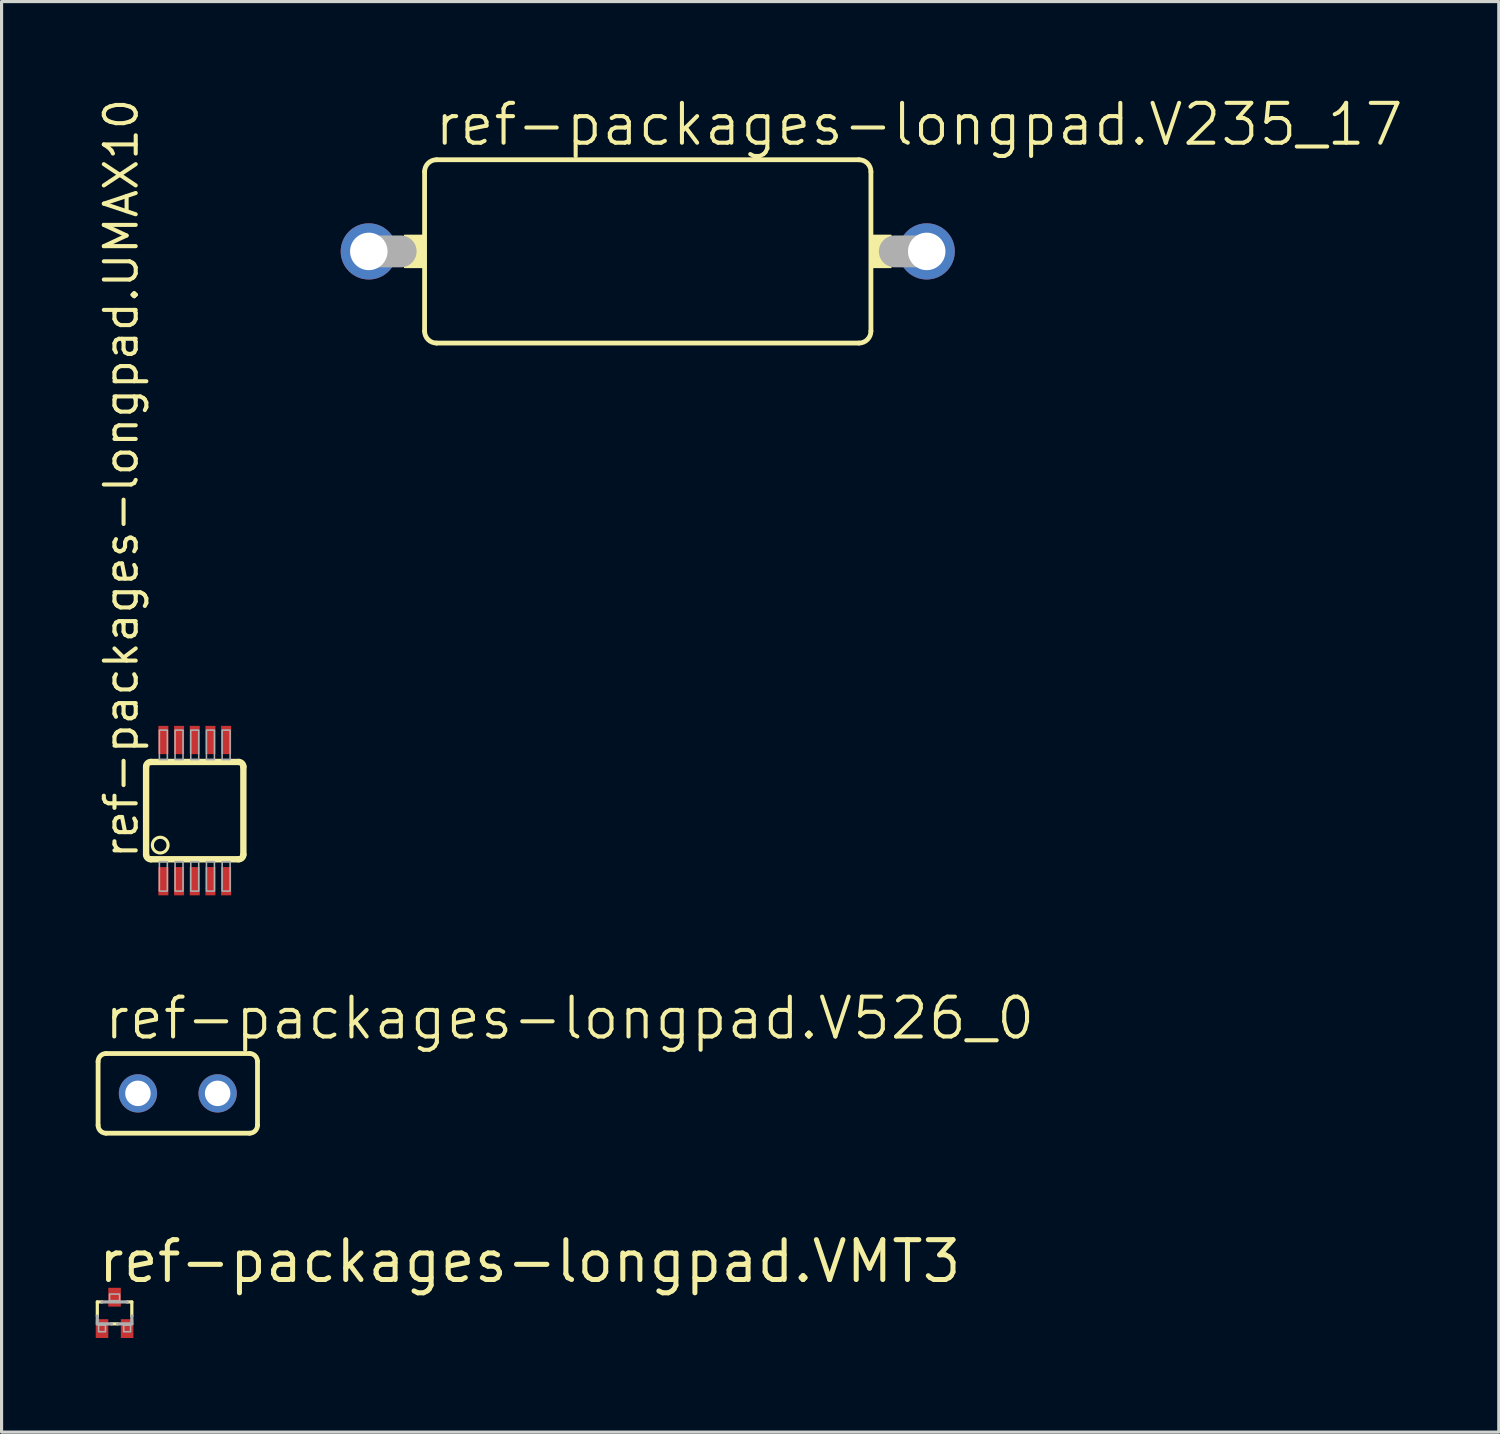
<source format=kicad_pcb>
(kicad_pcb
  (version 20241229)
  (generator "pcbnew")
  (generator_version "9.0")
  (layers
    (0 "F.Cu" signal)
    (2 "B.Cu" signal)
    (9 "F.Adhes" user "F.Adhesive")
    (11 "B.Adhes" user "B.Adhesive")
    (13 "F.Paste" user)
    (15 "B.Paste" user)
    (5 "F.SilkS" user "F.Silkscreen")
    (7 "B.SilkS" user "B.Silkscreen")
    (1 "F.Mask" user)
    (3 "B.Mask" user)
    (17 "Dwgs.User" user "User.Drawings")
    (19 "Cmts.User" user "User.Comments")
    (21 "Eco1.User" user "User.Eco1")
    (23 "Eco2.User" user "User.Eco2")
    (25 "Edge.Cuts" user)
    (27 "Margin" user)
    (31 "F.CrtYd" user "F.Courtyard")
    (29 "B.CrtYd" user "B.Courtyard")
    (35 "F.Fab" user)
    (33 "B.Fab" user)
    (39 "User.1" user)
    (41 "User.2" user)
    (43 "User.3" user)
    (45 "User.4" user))
  (footprint "ref-packages-longpad.VMT3"
    (layer "F.Cu")
    (at 0.601 38.79)
    (property "Reference" "ref-packages-longpad.VMT3" (at -0.6 -0.9 0) (layer "F.SilkS") (effects (font (size 1.27 1.27) (thickness 0.16)) (justify left bottom)))
    (attr smd)
    (fp_line (start -0.55 -0.35) (end -0.4 -0.35) (stroke (width 0.102) (type default)) (layer "F.SilkS"))
    (fp_line (start -0.55 0.1) (end -0.55 -0.35) (stroke (width 0.102) (type default)) (layer "F.SilkS"))
    (fp_line (start 0.1 0.35) (end -0.1 0.35) (stroke (width 0.102) (type default)) (layer "F.SilkS"))
    (fp_line (start 0.4 -0.35) (end 0.55 -0.35) (stroke (width 0.102) (type default)) (layer "F.SilkS"))
    (fp_line (start 0.55 -0.35) (end 0.55 0.1) (stroke (width 0.102) (type default)) (layer "F.SilkS"))
    (fp_line (start -0.55 0.1) (end -0.55 0.35) (stroke (width 0.102) (type default)) (layer "F.Fab"))
    (fp_line (start -0.4 -0.35) (end 0.4 -0.35) (stroke (width 0.102) (type default)) (layer "F.Fab"))
    (fp_line (start -0.1 0.35) (end -0.55 0.35) (stroke (width 0.102) (type default)) (layer "F.Fab"))
    (fp_line (start 0.55 0.1) (end 0.55 0.35) (stroke (width 0.102) (type default)) (layer "F.Fab"))
    (fp_line (start 0.55 0.35) (end 0.1 0.35) (stroke (width 0.102) (type default)) (layer "F.Fab"))
    (fp_rect (start -0.51 0.6) (end -0.29 0.39) (stroke (width 0.05) (type default)) (fill no) (layer "F.Fab"))
    (fp_rect (start -0.16 -0.39) (end 0.16 -0.6) (stroke (width 0.05) (type default)) (fill no) (layer "F.Fab"))
    (fp_rect (start 0.29 0.6) (end 0.51 0.39) (stroke (width 0.05) (type default)) (fill no) (layer "F.Fab"))
    (pad "B" smd roundrect (at -0.4 0.5) (size 0.4 0.6) (layers "F.Cu" "F.Mask" "F.Paste") (roundrect_rratio 0.01))
    (pad "C" smd roundrect (at 0 -0.5) (size 0.4 0.6) (layers "F.Cu" "F.Mask" "F.Paste") (roundrect_rratio 0.01))
    (pad "E" smd roundrect (at 0.4 0.5) (size 0.4 0.6) (layers "F.Cu" "F.Mask" "F.Paste") (roundrect_rratio 0.01)))
  (footprint "ref-packages-longpad.UMAX10"
    (layer "F.Cu")
    (at 3.156 22.783)
    (property "Reference" "ref-packages-longpad.UMAX10" (at -1.75 1.594 90) (layer "F.SilkS") (effects (font (size 1.016 1.016) (thickness 0.13)) (justify left bottom)))
    (attr smd)
    (fp_line (start -1.55 1.4) (end -1.55 -1.4) (stroke (width 0.203) (type default)) (layer "F.SilkS"))
    (fp_line (start -1.4 -1.55) (end 1.4 -1.55) (stroke (width 0.203) (type default)) (layer "F.SilkS"))
    (fp_line (start 1.4 1.55) (end -1.4 1.55) (stroke (width 0.203) (type default)) (layer "F.SilkS"))
    (fp_line (start 1.55 -1.4) (end 1.55 1.4) (stroke (width 0.203) (type default)) (layer "F.SilkS"))
    (fp_arc (start -1.55 -1.4) (mid -1.506066 -1.506066) (end -1.4 -1.55) (stroke (width 0.2032) (type default)) (layer "F.SilkS"))
    (fp_arc (start -1.4 1.55) (mid -1.506066 1.506066) (end -1.55 1.4) (stroke (width 0.2032) (type default)) (layer "F.SilkS"))
    (fp_arc (start 1.4 -1.55) (mid 1.506066 -1.506066) (end 1.55 -1.4) (stroke (width 0.2032) (type default)) (layer "F.SilkS"))
    (fp_arc (start 1.55 1.4) (mid 1.506066 1.506066) (end 1.4 1.55) (stroke (width 0.2032) (type default)) (layer "F.SilkS"))
    (fp_circle (center -1.1 1.1) (end -0.85 1.1) (stroke (width 0.1) (type default)) (fill no) (layer "F.SilkS"))
    (fp_rect (start -1.127 -1.626) (end -0.873 -2.565) (stroke (width 0.05) (type default)) (fill no) (layer "F.Fab"))
    (fp_rect (start -1.127 2.565) (end -0.873 1.626) (stroke (width 0.05) (type default)) (fill no) (layer "F.Fab"))
    (fp_rect (start -0.627 -1.626) (end -0.373 -2.565) (stroke (width 0.05) (type default)) (fill no) (layer "F.Fab"))
    (fp_rect (start -0.627 2.565) (end -0.373 1.626) (stroke (width 0.05) (type default)) (fill no) (layer "F.Fab"))
    (fp_rect (start -0.127 -1.626) (end 0.127 -2.565) (stroke (width 0.05) (type default)) (fill no) (layer "F.Fab"))
    (fp_rect (start -0.127 2.565) (end 0.127 1.626) (stroke (width 0.05) (type default)) (fill no) (layer "F.Fab"))
    (fp_rect (start 0.373 -1.626) (end 0.627 -2.565) (stroke (width 0.05) (type default)) (fill no) (layer "F.Fab"))
    (fp_rect (start 0.373 2.565) (end 0.627 1.626) (stroke (width 0.05) (type default)) (fill no) (layer "F.Fab"))
    (fp_rect (start 0.873 -1.626) (end 1.127 -2.565) (stroke (width 0.05) (type default)) (fill no) (layer "F.Fab"))
    (fp_rect (start 0.873 2.565) (end 1.127 1.626) (stroke (width 0.05) (type default)) (fill no) (layer "F.Fab"))
    (pad "1" smd roundrect (at -1 2.25) (size 0.32 0.9) (layers "F.Cu" "F.Mask" "F.Paste") (roundrect_rratio 0.01))
    (pad "2" smd roundrect (at -0.5 2.25) (size 0.32 0.9) (layers "F.Cu" "F.Mask" "F.Paste") (roundrect_rratio 0.01))
    (pad "3" smd roundrect (at 0 2.25) (size 0.32 0.9) (layers "F.Cu" "F.Mask" "F.Paste") (roundrect_rratio 0.01))
    (pad "4" smd roundrect (at 0.5 2.25) (size 0.32 0.9) (layers "F.Cu" "F.Mask" "F.Paste") (roundrect_rratio 0.01))
    (pad "5" smd roundrect (at 1 2.25) (size 0.32 0.9) (layers "F.Cu" "F.Mask" "F.Paste") (roundrect_rratio 0.01))
    (pad "6" smd roundrect (at 1 -2.25) (size 0.32 0.9) (layers "F.Cu" "F.Mask" "F.Paste") (roundrect_rratio 0.01))
    (pad "7" smd roundrect (at 0.5 -2.25) (size 0.32 0.9) (layers "F.Cu" "F.Mask" "F.Paste") (roundrect_rratio 0.01))
    (pad "8" smd roundrect (at 0 -2.25) (size 0.32 0.9) (layers "F.Cu" "F.Mask" "F.Paste") (roundrect_rratio 0.01))
    (pad "9" smd roundrect (at -0.5 -2.25) (size 0.32 0.9) (layers "F.Cu" "F.Mask" "F.Paste") (roundrect_rratio 0.01))
    (pad "10" smd roundrect (at -1 -2.25) (size 0.32 0.9) (layers "F.Cu" "F.Mask" "F.Paste") (roundrect_rratio 0.01)))
  (footprint "ref-packages-longpad.V235_17"
    (layer "F.Cu")
    (at 17.593 4.962)
    (property "Reference" "ref-packages-longpad.V235_17" (at -6.858 -3.302 0) (layer "F.SilkS") (effects (font (size 1.27 1.27) (thickness 0.13)) (justify left bottom)))
    (attr through_hole)
    (fp_line (start -7.112 -2.54) (end -7.112 2.54) (stroke (width 0.152) (type default)) (layer "F.SilkS"))
    (fp_line (start -6.731 -2.921) (end 6.731 -2.921) (stroke (width 0.152) (type default)) (layer "F.SilkS"))
    (fp_line (start 6.731 2.921) (end -6.731 2.921) (stroke (width 0.152) (type default)) (layer "F.SilkS"))
    (fp_line (start 7.112 -2.54) (end 7.112 2.54) (stroke (width 0.152) (type default)) (layer "F.SilkS"))
    (fp_rect (start -7.747 0.508) (end -7.112 -0.508) (stroke (width 0.05) (type default)) (fill yes) (layer "F.SilkS"))
    (fp_rect (start 7.112 0.508) (end 7.747 -0.508) (stroke (width 0.05) (type default)) (fill yes) (layer "F.SilkS"))
    (fp_arc (start -7.112 -2.54) (mid -7.000408 -2.809408) (end -6.731 -2.921) (stroke (width 0.1524) (type default)) (layer "F.SilkS"))
    (fp_arc (start -6.731 2.921) (mid -7.000408 2.809408) (end -7.112 2.54) (stroke (width 0.1524) (type default)) (layer "F.SilkS"))
    (fp_arc (start 6.731 -2.921) (mid 7.000408 -2.809408) (end 7.112 -2.54) (stroke (width 0.1524) (type default)) (layer "F.SilkS"))
    (fp_arc (start 7.112 2.54) (mid 7.000408 2.809408) (end 6.731 2.921) (stroke (width 0.1524) (type default)) (layer "F.SilkS"))
    (fp_line (start -7.874 0) (end -8.89 0) (stroke (width 1.016) (type default)) (layer "F.Fab"))
    (fp_line (start 8.89 0) (end 7.874 0) (stroke (width 1.016) (type default)) (layer "F.Fab"))
    (pad "1" thru_hole circle (at -8.89 0) (size 1.791 1.791) (drill 1.194) (layers "*.Cu" "*.Mask"))
    (pad "2" thru_hole circle (at 8.89 0) (size 1.791 1.791) (drill 1.194) (layers "*.Cu" "*.Mask")))
  (footprint "ref-packages-longpad.V526_0"
    (layer "F.Cu")
    (at 2.616 31.794)
    (property "Reference" "ref-packages-longpad.V526_0" (at -2.413 -1.651 0) (layer "F.SilkS") (effects (font (size 1.27 1.27) (thickness 0.13)) (justify left bottom)))
    (attr through_hole)
    (fp_line (start -2.54 -1.016) (end -2.54 1.016) (stroke (width 0.152) (type default)) (layer "F.SilkS"))
    (fp_line (start -2.286 1.27) (end 2.286 1.27) (stroke (width 0.152) (type default)) (layer "F.SilkS"))
    (fp_line (start 2.286 -1.27) (end -2.286 -1.27) (stroke (width 0.152) (type default)) (layer "F.SilkS"))
    (fp_line (start 2.54 1.016) (end 2.54 -1.016) (stroke (width 0.152) (type default)) (layer "F.SilkS"))
    (fp_arc (start -2.54 -1.016) (mid -2.465605 -1.195605) (end -2.286 -1.27) (stroke (width 0.1524) (type default)) (layer "F.SilkS"))
    (fp_arc (start -2.286 1.27) (mid -2.465605 1.195605) (end -2.54 1.016) (stroke (width 0.1524) (type default)) (layer "F.SilkS"))
    (fp_arc (start 2.286 -1.27) (mid 2.465605 -1.195605) (end 2.54 -1.016) (stroke (width 0.1524) (type default)) (layer "F.SilkS"))
    (fp_arc (start 2.54 1.016) (mid 2.465605 1.195605) (end 2.286 1.27) (stroke (width 0.1524) (type default)) (layer "F.SilkS"))
    (pad "1" thru_hole circle (at -1.27 0) (size 1.219 1.219) (drill 0.813) (layers "*.Cu" "*.Mask"))
    (pad "2" thru_hole circle (at 1.27 0) (size 1.219 1.219) (drill 0.813) (layers "*.Cu" "*.Mask")))
  (gr_rect
    (start -3 -3)
    (end 44.714 42.59)
    (stroke (width 0.1) (type default))
    (fill no)
    (layer "Edge.Cuts")))
</source>
